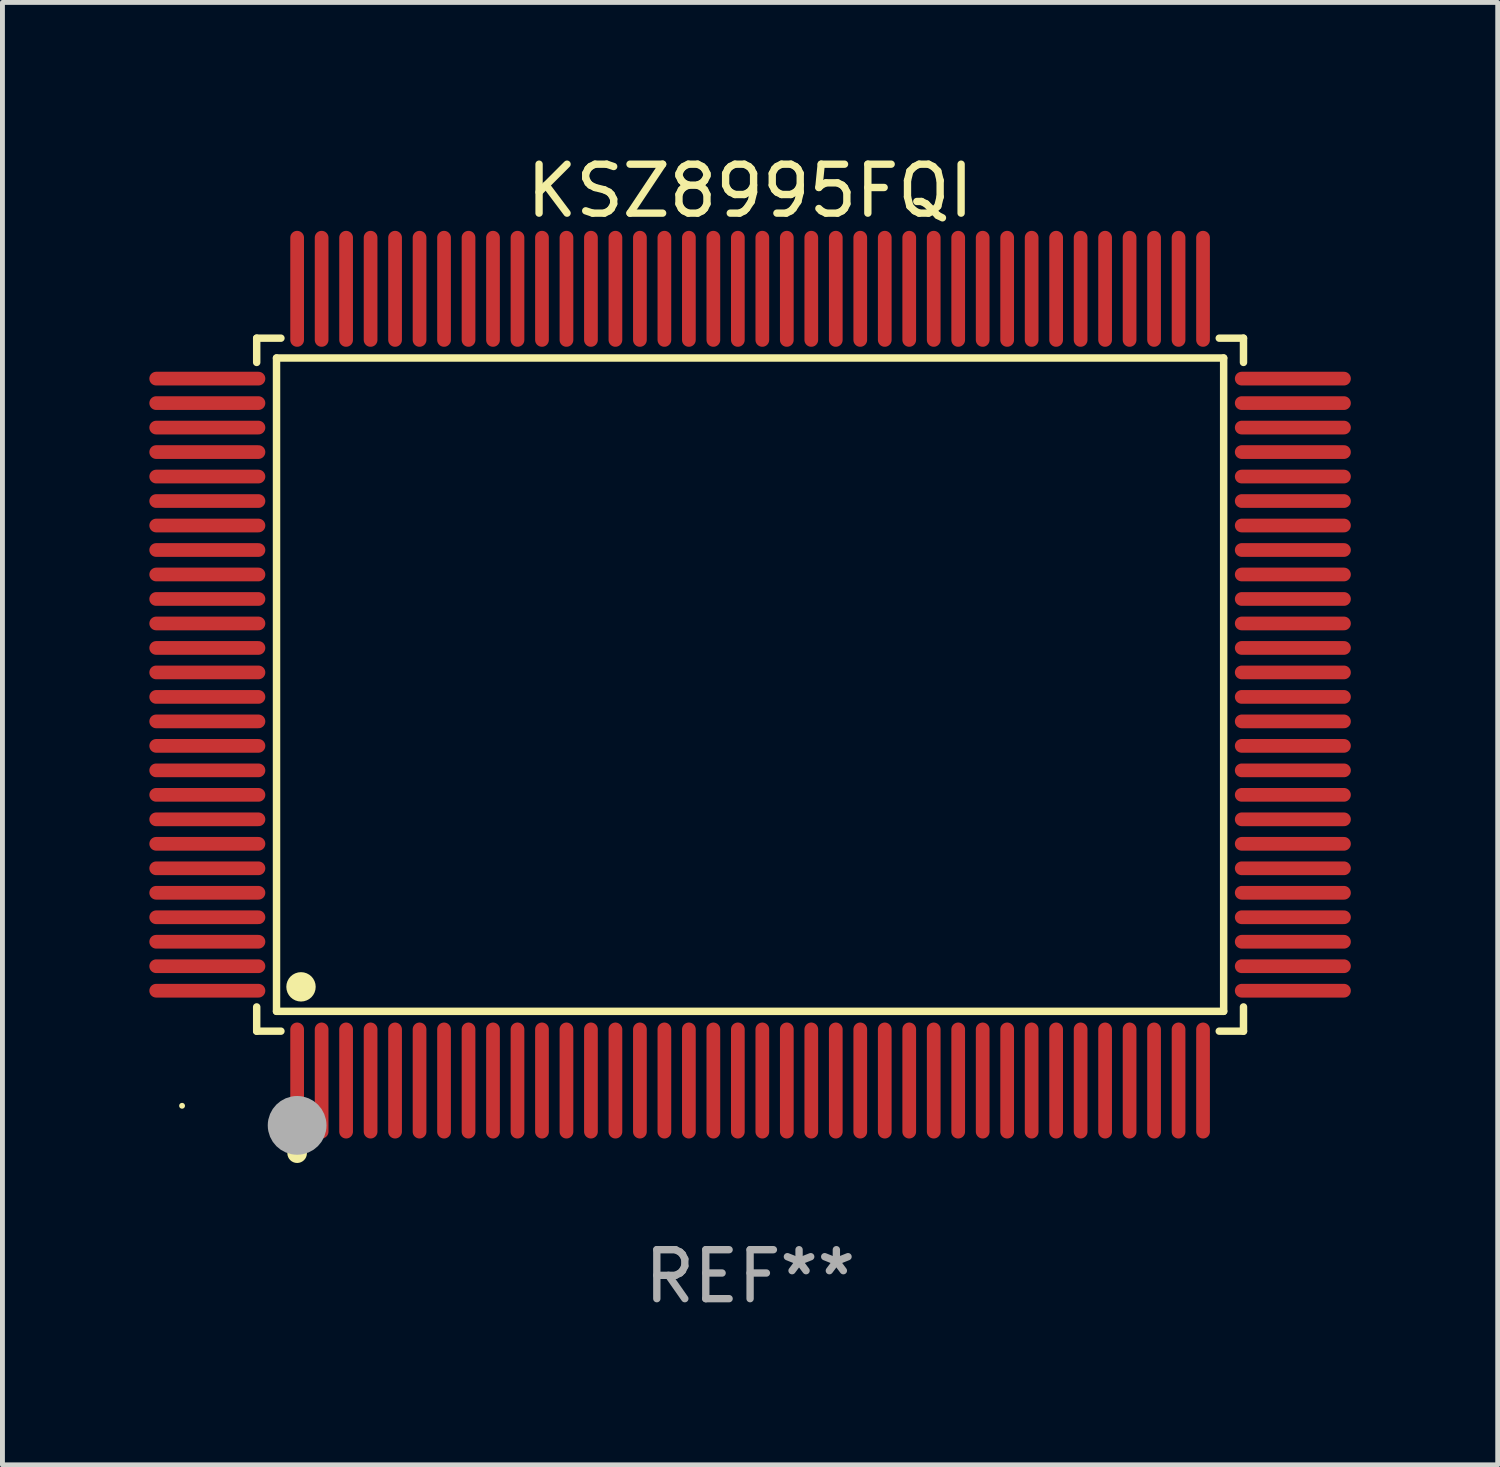
<source format=kicad_pcb>
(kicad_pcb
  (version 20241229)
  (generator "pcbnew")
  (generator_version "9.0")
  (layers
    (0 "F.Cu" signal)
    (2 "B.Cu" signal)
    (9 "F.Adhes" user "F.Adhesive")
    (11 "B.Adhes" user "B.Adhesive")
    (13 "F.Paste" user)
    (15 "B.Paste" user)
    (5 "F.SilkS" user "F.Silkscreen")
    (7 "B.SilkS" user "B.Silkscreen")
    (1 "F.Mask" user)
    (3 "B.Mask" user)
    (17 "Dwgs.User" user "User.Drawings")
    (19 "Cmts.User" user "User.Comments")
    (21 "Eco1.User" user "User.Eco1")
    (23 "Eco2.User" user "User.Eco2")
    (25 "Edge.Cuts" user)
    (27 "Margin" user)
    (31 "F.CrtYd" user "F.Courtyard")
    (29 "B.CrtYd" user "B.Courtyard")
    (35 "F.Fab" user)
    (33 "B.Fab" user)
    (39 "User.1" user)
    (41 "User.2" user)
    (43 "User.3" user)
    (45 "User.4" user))
  (footprint "KSZ8995FQI"
    (layer "F.Cu")
    (at 12.268 10.932)
    (property "Reference" "KSZ8995FQI" (at 0 -10.084 0) (layer "F.SilkS") (effects (font (size 1 1) (thickness 0.15))))
    (attr through_hole)
    (fp_line (start -10.076 -7.076) (end -9.581 -7.076) (stroke (width 0.152) (type solid)) (layer "F.SilkS"))
    (fp_line (start -10.076 -6.581) (end -10.076 -7.076) (stroke (width 0.152) (type solid)) (layer "F.SilkS"))
    (fp_line (start -10.076 6.581) (end -10.076 7.076) (stroke (width 0.152) (type solid)) (layer "F.SilkS"))
    (fp_line (start -10.076 7.076) (end -9.581 7.076) (stroke (width 0.152) (type solid)) (layer "F.SilkS"))
    (fp_line (start -9.671 -6.671) (end 9.671 -6.671) (stroke (width 0.152) (type solid)) (layer "F.SilkS"))
    (fp_line (start -9.671 6.671) (end -9.671 -6.671) (stroke (width 0.152) (type solid)) (layer "F.SilkS"))
    (fp_line (start 9.671 -6.671) (end 9.671 6.671) (stroke (width 0.152) (type solid)) (layer "F.SilkS"))
    (fp_line (start 9.671 6.671) (end -9.671 6.671) (stroke (width 0.152) (type solid)) (layer "F.SilkS"))
    (fp_line (start 10.076 -7.076) (end 9.581 -7.076) (stroke (width 0.152) (type solid)) (layer "F.SilkS"))
    (fp_line (start 10.076 -6.581) (end 10.076 -7.076) (stroke (width 0.152) (type solid)) (layer "F.SilkS"))
    (fp_line (start 10.076 6.581) (end 10.076 7.076) (stroke (width 0.152) (type solid)) (layer "F.SilkS"))
    (fp_line (start 10.076 7.076) (end 9.581 7.076) (stroke (width 0.152) (type solid)) (layer "F.SilkS"))
    (fp_circle (center -11.6 8.6) (end -11.57 8.6) (stroke (width 0.06) (type solid)) (fill no) (layer "F.SilkS"))
    (fp_circle (center -9.25 9.568) (end -9.15 9.568) (stroke (width 0.2) (type solid)) (fill no) (layer "F.SilkS"))
    (fp_circle (center -9.171 6.171) (end -9.021 6.171) (stroke (width 0.3) (type solid)) (fill no) (layer "F.SilkS"))
    (fp_circle (center -9.25 9) (end -8.95 9) (stroke (width 0.6) (type solid)) (fill no) (layer "F.Fab"))
    (fp_text user "REF**" (at 0 12.084 0) (layer "F.Fab") (effects (font (size 1 1) (thickness 0.15))))
    (pad "1" smd oval (at -9.25 8.084) (size 0.28 2.368) (layers "F.Cu" "F.Mask" "F.Paste"))
    (pad "2" smd oval (at -8.75 8.084) (size 0.28 2.368) (layers "F.Cu" "F.Mask" "F.Paste"))
    (pad "3" smd oval (at -8.25 8.084) (size 0.28 2.368) (layers "F.Cu" "F.Mask" "F.Paste"))
    (pad "4" smd oval (at -7.75 8.084) (size 0.28 2.368) (layers "F.Cu" "F.Mask" "F.Paste"))
    (pad "5" smd oval (at -7.25 8.084) (size 0.28 2.368) (layers "F.Cu" "F.Mask" "F.Paste"))
    (pad "6" smd oval (at -6.75 8.084) (size 0.28 2.368) (layers "F.Cu" "F.Mask" "F.Paste"))
    (pad "7" smd oval (at -6.25 8.084) (size 0.28 2.368) (layers "F.Cu" "F.Mask" "F.Paste"))
    (pad "8" smd oval (at -5.75 8.084) (size 0.28 2.368) (layers "F.Cu" "F.Mask" "F.Paste"))
    (pad "9" smd oval (at -5.25 8.084) (size 0.28 2.368) (layers "F.Cu" "F.Mask" "F.Paste"))
    (pad "10" smd oval (at -4.75 8.084) (size 0.28 2.368) (layers "F.Cu" "F.Mask" "F.Paste"))
    (pad "11" smd oval (at -4.25 8.084) (size 0.28 2.368) (layers "F.Cu" "F.Mask" "F.Paste"))
    (pad "12" smd oval (at -3.75 8.084) (size 0.28 2.368) (layers "F.Cu" "F.Mask" "F.Paste"))
    (pad "13" smd oval (at -3.25 8.084) (size 0.28 2.368) (layers "F.Cu" "F.Mask" "F.Paste"))
    (pad "14" smd oval (at -2.75 8.084) (size 0.28 2.368) (layers "F.Cu" "F.Mask" "F.Paste"))
    (pad "15" smd oval (at -2.25 8.084) (size 0.28 2.368) (layers "F.Cu" "F.Mask" "F.Paste"))
    (pad "16" smd oval (at -1.75 8.084) (size 0.28 2.368) (layers "F.Cu" "F.Mask" "F.Paste"))
    (pad "17" smd oval (at -1.25 8.084) (size 0.28 2.368) (layers "F.Cu" "F.Mask" "F.Paste"))
    (pad "18" smd oval (at -0.75 8.084) (size 0.28 2.368) (layers "F.Cu" "F.Mask" "F.Paste"))
    (pad "19" smd oval (at -0.25 8.084) (size 0.28 2.368) (layers "F.Cu" "F.Mask" "F.Paste"))
    (pad "20" smd oval (at 0.25 8.084) (size 0.28 2.368) (layers "F.Cu" "F.Mask" "F.Paste"))
    (pad "21" smd oval (at 0.75 8.084) (size 0.28 2.368) (layers "F.Cu" "F.Mask" "F.Paste"))
    (pad "22" smd oval (at 1.25 8.084) (size 0.28 2.368) (layers "F.Cu" "F.Mask" "F.Paste"))
    (pad "23" smd oval (at 1.75 8.084) (size 0.28 2.368) (layers "F.Cu" "F.Mask" "F.Paste"))
    (pad "24" smd oval (at 2.25 8.084) (size 0.28 2.368) (layers "F.Cu" "F.Mask" "F.Paste"))
    (pad "25" smd oval (at 2.75 8.084) (size 0.28 2.368) (layers "F.Cu" "F.Mask" "F.Paste"))
    (pad "26" smd oval (at 3.25 8.084) (size 0.28 2.368) (layers "F.Cu" "F.Mask" "F.Paste"))
    (pad "27" smd oval (at 3.75 8.084) (size 0.28 2.368) (layers "F.Cu" "F.Mask" "F.Paste"))
    (pad "28" smd oval (at 4.25 8.084) (size 0.28 2.368) (layers "F.Cu" "F.Mask" "F.Paste"))
    (pad "29" smd oval (at 4.75 8.084) (size 0.28 2.368) (layers "F.Cu" "F.Mask" "F.Paste"))
    (pad "30" smd oval (at 5.25 8.084) (size 0.28 2.368) (layers "F.Cu" "F.Mask" "F.Paste"))
    (pad "31" smd oval (at 5.75 8.084) (size 0.28 2.368) (layers "F.Cu" "F.Mask" "F.Paste"))
    (pad "32" smd oval (at 6.25 8.084) (size 0.28 2.368) (layers "F.Cu" "F.Mask" "F.Paste"))
    (pad "33" smd oval (at 6.75 8.084) (size 0.28 2.368) (layers "F.Cu" "F.Mask" "F.Paste"))
    (pad "34" smd oval (at 7.25 8.084) (size 0.28 2.368) (layers "F.Cu" "F.Mask" "F.Paste"))
    (pad "35" smd oval (at 7.75 8.084) (size 0.28 2.368) (layers "F.Cu" "F.Mask" "F.Paste"))
    (pad "36" smd oval (at 8.25 8.084) (size 0.28 2.368) (layers "F.Cu" "F.Mask" "F.Paste"))
    (pad "37" smd oval (at 8.75 8.084) (size 0.28 2.368) (layers "F.Cu" "F.Mask" "F.Paste"))
    (pad "38" smd oval (at 9.25 8.084) (size 0.28 2.368) (layers "F.Cu" "F.Mask" "F.Paste"))
    (pad "39" smd oval (at 11.084 6.25) (size 2.368 0.28) (layers "F.Cu" "F.Mask" "F.Paste"))
    (pad "40" smd oval (at 11.084 5.75) (size 2.368 0.28) (layers "F.Cu" "F.Mask" "F.Paste"))
    (pad "41" smd oval (at 11.084 5.25) (size 2.368 0.28) (layers "F.Cu" "F.Mask" "F.Paste"))
    (pad "42" smd oval (at 11.084 4.75) (size 2.368 0.28) (layers "F.Cu" "F.Mask" "F.Paste"))
    (pad "43" smd oval (at 11.084 4.25) (size 2.368 0.28) (layers "F.Cu" "F.Mask" "F.Paste"))
    (pad "44" smd oval (at 11.084 3.75) (size 2.368 0.28) (layers "F.Cu" "F.Mask" "F.Paste"))
    (pad "45" smd oval (at 11.084 3.25) (size 2.368 0.28) (layers "F.Cu" "F.Mask" "F.Paste"))
    (pad "46" smd oval (at 11.084 2.75) (size 2.368 0.28) (layers "F.Cu" "F.Mask" "F.Paste"))
    (pad "47" smd oval (at 11.084 2.25) (size 2.368 0.28) (layers "F.Cu" "F.Mask" "F.Paste"))
    (pad "48" smd oval (at 11.084 1.75) (size 2.368 0.28) (layers "F.Cu" "F.Mask" "F.Paste"))
    (pad "49" smd oval (at 11.084 1.25) (size 2.368 0.28) (layers "F.Cu" "F.Mask" "F.Paste"))
    (pad "50" smd oval (at 11.084 0.75) (size 2.368 0.28) (layers "F.Cu" "F.Mask" "F.Paste"))
    (pad "51" smd oval (at 11.084 0.25) (size 2.368 0.28) (layers "F.Cu" "F.Mask" "F.Paste"))
    (pad "52" smd oval (at 11.084 -0.25) (size 2.368 0.28) (layers "F.Cu" "F.Mask" "F.Paste"))
    (pad "53" smd oval (at 11.084 -0.75) (size 2.368 0.28) (layers "F.Cu" "F.Mask" "F.Paste"))
    (pad "54" smd oval (at 11.084 -1.25) (size 2.368 0.28) (layers "F.Cu" "F.Mask" "F.Paste"))
    (pad "55" smd oval (at 11.084 -1.75) (size 2.368 0.28) (layers "F.Cu" "F.Mask" "F.Paste"))
    (pad "56" smd oval (at 11.084 -2.25) (size 2.368 0.28) (layers "F.Cu" "F.Mask" "F.Paste"))
    (pad "57" smd oval (at 11.084 -2.75) (size 2.368 0.28) (layers "F.Cu" "F.Mask" "F.Paste"))
    (pad "58" smd oval (at 11.084 -3.25) (size 2.368 0.28) (layers "F.Cu" "F.Mask" "F.Paste"))
    (pad "59" smd oval (at 11.084 -3.75) (size 2.368 0.28) (layers "F.Cu" "F.Mask" "F.Paste"))
    (pad "60" smd oval (at 11.084 -4.25) (size 2.368 0.28) (layers "F.Cu" "F.Mask" "F.Paste"))
    (pad "61" smd oval (at 11.084 -4.75) (size 2.368 0.28) (layers "F.Cu" "F.Mask" "F.Paste"))
    (pad "62" smd oval (at 11.084 -5.25) (size 2.368 0.28) (layers "F.Cu" "F.Mask" "F.Paste"))
    (pad "63" smd oval (at 11.084 -5.75) (size 2.368 0.28) (layers "F.Cu" "F.Mask" "F.Paste"))
    (pad "64" smd oval (at 11.084 -6.25) (size 2.368 0.28) (layers "F.Cu" "F.Mask" "F.Paste"))
    (pad "65" smd oval (at 9.25 -8.084) (size 0.28 2.368) (layers "F.Cu" "F.Mask" "F.Paste"))
    (pad "66" smd oval (at 8.75 -8.084) (size 0.28 2.368) (layers "F.Cu" "F.Mask" "F.Paste"))
    (pad "67" smd oval (at 8.25 -8.084) (size 0.28 2.368) (layers "F.Cu" "F.Mask" "F.Paste"))
    (pad "68" smd oval (at 7.75 -8.084) (size 0.28 2.368) (layers "F.Cu" "F.Mask" "F.Paste"))
    (pad "69" smd oval (at 7.25 -8.084) (size 0.28 2.368) (layers "F.Cu" "F.Mask" "F.Paste"))
    (pad "70" smd oval (at 6.75 -8.084) (size 0.28 2.368) (layers "F.Cu" "F.Mask" "F.Paste"))
    (pad "71" smd oval (at 6.25 -8.084) (size 0.28 2.368) (layers "F.Cu" "F.Mask" "F.Paste"))
    (pad "72" smd oval (at 5.75 -8.084) (size 0.28 2.368) (layers "F.Cu" "F.Mask" "F.Paste"))
    (pad "73" smd oval (at 5.25 -8.084) (size 0.28 2.368) (layers "F.Cu" "F.Mask" "F.Paste"))
    (pad "74" smd oval (at 4.75 -8.084) (size 0.28 2.368) (layers "F.Cu" "F.Mask" "F.Paste"))
    (pad "75" smd oval (at 4.25 -8.084) (size 0.28 2.368) (layers "F.Cu" "F.Mask" "F.Paste"))
    (pad "76" smd oval (at 3.75 -8.084) (size 0.28 2.368) (layers "F.Cu" "F.Mask" "F.Paste"))
    (pad "77" smd oval (at 3.25 -8.084) (size 0.28 2.368) (layers "F.Cu" "F.Mask" "F.Paste"))
    (pad "78" smd oval (at 2.75 -8.084) (size 0.28 2.368) (layers "F.Cu" "F.Mask" "F.Paste"))
    (pad "79" smd oval (at 2.25 -8.084) (size 0.28 2.368) (layers "F.Cu" "F.Mask" "F.Paste"))
    (pad "80" smd oval (at 1.75 -8.084) (size 0.28 2.368) (layers "F.Cu" "F.Mask" "F.Paste"))
    (pad "81" smd oval (at 1.25 -8.084) (size 0.28 2.368) (layers "F.Cu" "F.Mask" "F.Paste"))
    (pad "82" smd oval (at 0.75 -8.084) (size 0.28 2.368) (layers "F.Cu" "F.Mask" "F.Paste"))
    (pad "83" smd oval (at 0.25 -8.084) (size 0.28 2.368) (layers "F.Cu" "F.Mask" "F.Paste"))
    (pad "84" smd oval (at -0.25 -8.084) (size 0.28 2.368) (layers "F.Cu" "F.Mask" "F.Paste"))
    (pad "85" smd oval (at -0.75 -8.084) (size 0.28 2.368) (layers "F.Cu" "F.Mask" "F.Paste"))
    (pad "86" smd oval (at -1.25 -8.084) (size 0.28 2.368) (layers "F.Cu" "F.Mask" "F.Paste"))
    (pad "87" smd oval (at -1.75 -8.084) (size 0.28 2.368) (layers "F.Cu" "F.Mask" "F.Paste"))
    (pad "88" smd oval (at -2.25 -8.084) (size 0.28 2.368) (layers "F.Cu" "F.Mask" "F.Paste"))
    (pad "89" smd oval (at -2.75 -8.084) (size 0.28 2.368) (layers "F.Cu" "F.Mask" "F.Paste"))
    (pad "90" smd oval (at -3.25 -8.084) (size 0.28 2.368) (layers "F.Cu" "F.Mask" "F.Paste"))
    (pad "91" smd oval (at -3.75 -8.084) (size 0.28 2.368) (layers "F.Cu" "F.Mask" "F.Paste"))
    (pad "92" smd oval (at -4.25 -8.084) (size 0.28 2.368) (layers "F.Cu" "F.Mask" "F.Paste"))
    (pad "93" smd oval (at -4.75 -8.084) (size 0.28 2.368) (layers "F.Cu" "F.Mask" "F.Paste"))
    (pad "94" smd oval (at -5.25 -8.084) (size 0.28 2.368) (layers "F.Cu" "F.Mask" "F.Paste"))
    (pad "95" smd oval (at -5.75 -8.084) (size 0.28 2.368) (layers "F.Cu" "F.Mask" "F.Paste"))
    (pad "96" smd oval (at -6.25 -8.084) (size 0.28 2.368) (layers "F.Cu" "F.Mask" "F.Paste"))
    (pad "97" smd oval (at -6.75 -8.084) (size 0.28 2.368) (layers "F.Cu" "F.Mask" "F.Paste"))
    (pad "98" smd oval (at -7.25 -8.084) (size 0.28 2.368) (layers "F.Cu" "F.Mask" "F.Paste"))
    (pad "99" smd oval (at -7.75 -8.084) (size 0.28 2.368) (layers "F.Cu" "F.Mask" "F.Paste"))
    (pad "100" smd oval (at -8.25 -8.084) (size 0.28 2.368) (layers "F.Cu" "F.Mask" "F.Paste"))
    (pad "101" smd oval (at -8.75 -8.084) (size 0.28 2.368) (layers "F.Cu" "F.Mask" "F.Paste"))
    (pad "102" smd oval (at -9.25 -8.084) (size 0.28 2.368) (layers "F.Cu" "F.Mask" "F.Paste"))
    (pad "103" smd oval (at -11.084 -6.25) (size 2.368 0.28) (layers "F.Cu" "F.Mask" "F.Paste"))
    (pad "104" smd oval (at -11.084 -5.75) (size 2.368 0.28) (layers "F.Cu" "F.Mask" "F.Paste"))
    (pad "105" smd oval (at -11.084 -5.25) (size 2.368 0.28) (layers "F.Cu" "F.Mask" "F.Paste"))
    (pad "106" smd oval (at -11.084 -4.75) (size 2.368 0.28) (layers "F.Cu" "F.Mask" "F.Paste"))
    (pad "107" smd oval (at -11.084 -4.25) (size 2.368 0.28) (layers "F.Cu" "F.Mask" "F.Paste"))
    (pad "108" smd oval (at -11.084 -3.75) (size 2.368 0.28) (layers "F.Cu" "F.Mask" "F.Paste"))
    (pad "109" smd oval (at -11.084 -3.25) (size 2.368 0.28) (layers "F.Cu" "F.Mask" "F.Paste"))
    (pad "110" smd oval (at -11.084 -2.75) (size 2.368 0.28) (layers "F.Cu" "F.Mask" "F.Paste"))
    (pad "111" smd oval (at -11.084 -2.25) (size 2.368 0.28) (layers "F.Cu" "F.Mask" "F.Paste"))
    (pad "112" smd oval (at -11.084 -1.75) (size 2.368 0.28) (layers "F.Cu" "F.Mask" "F.Paste"))
    (pad "113" smd oval (at -11.084 -1.25) (size 2.368 0.28) (layers "F.Cu" "F.Mask" "F.Paste"))
    (pad "114" smd oval (at -11.084 -0.75) (size 2.368 0.28) (layers "F.Cu" "F.Mask" "F.Paste"))
    (pad "115" smd oval (at -11.084 -0.25) (size 2.368 0.28) (layers "F.Cu" "F.Mask" "F.Paste"))
    (pad "116" smd oval (at -11.084 0.25) (size 2.368 0.28) (layers "F.Cu" "F.Mask" "F.Paste"))
    (pad "117" smd oval (at -11.084 0.75) (size 2.368 0.28) (layers "F.Cu" "F.Mask" "F.Paste"))
    (pad "118" smd oval (at -11.084 1.25) (size 2.368 0.28) (layers "F.Cu" "F.Mask" "F.Paste"))
    (pad "119" smd oval (at -11.084 1.75) (size 2.368 0.28) (layers "F.Cu" "F.Mask" "F.Paste"))
    (pad "120" smd oval (at -11.084 2.25) (size 2.368 0.28) (layers "F.Cu" "F.Mask" "F.Paste"))
    (pad "121" smd oval (at -11.084 2.75) (size 2.368 0.28) (layers "F.Cu" "F.Mask" "F.Paste"))
    (pad "122" smd oval (at -11.084 3.25) (size 2.368 0.28) (layers "F.Cu" "F.Mask" "F.Paste"))
    (pad "123" smd oval (at -11.084 3.75) (size 2.368 0.28) (layers "F.Cu" "F.Mask" "F.Paste"))
    (pad "124" smd oval (at -11.084 4.25) (size 2.368 0.28) (layers "F.Cu" "F.Mask" "F.Paste"))
    (pad "125" smd oval (at -11.084 4.75) (size 2.368 0.28) (layers "F.Cu" "F.Mask" "F.Paste"))
    (pad "126" smd oval (at -11.084 5.25) (size 2.368 0.28) (layers "F.Cu" "F.Mask" "F.Paste"))
    (pad "127" smd oval (at -11.084 5.75) (size 2.368 0.28) (layers "F.Cu" "F.Mask" "F.Paste"))
    (pad "128" smd oval (at -11.084 6.25) (size 2.368 0.28) (layers "F.Cu" "F.Mask" "F.Paste")))
  (gr_rect
    (start -3 -3)
    (end 27.536 26.865)
    (stroke (width 0.1) (type default))
    (fill no)
    (layer "Edge.Cuts")))
</source>
